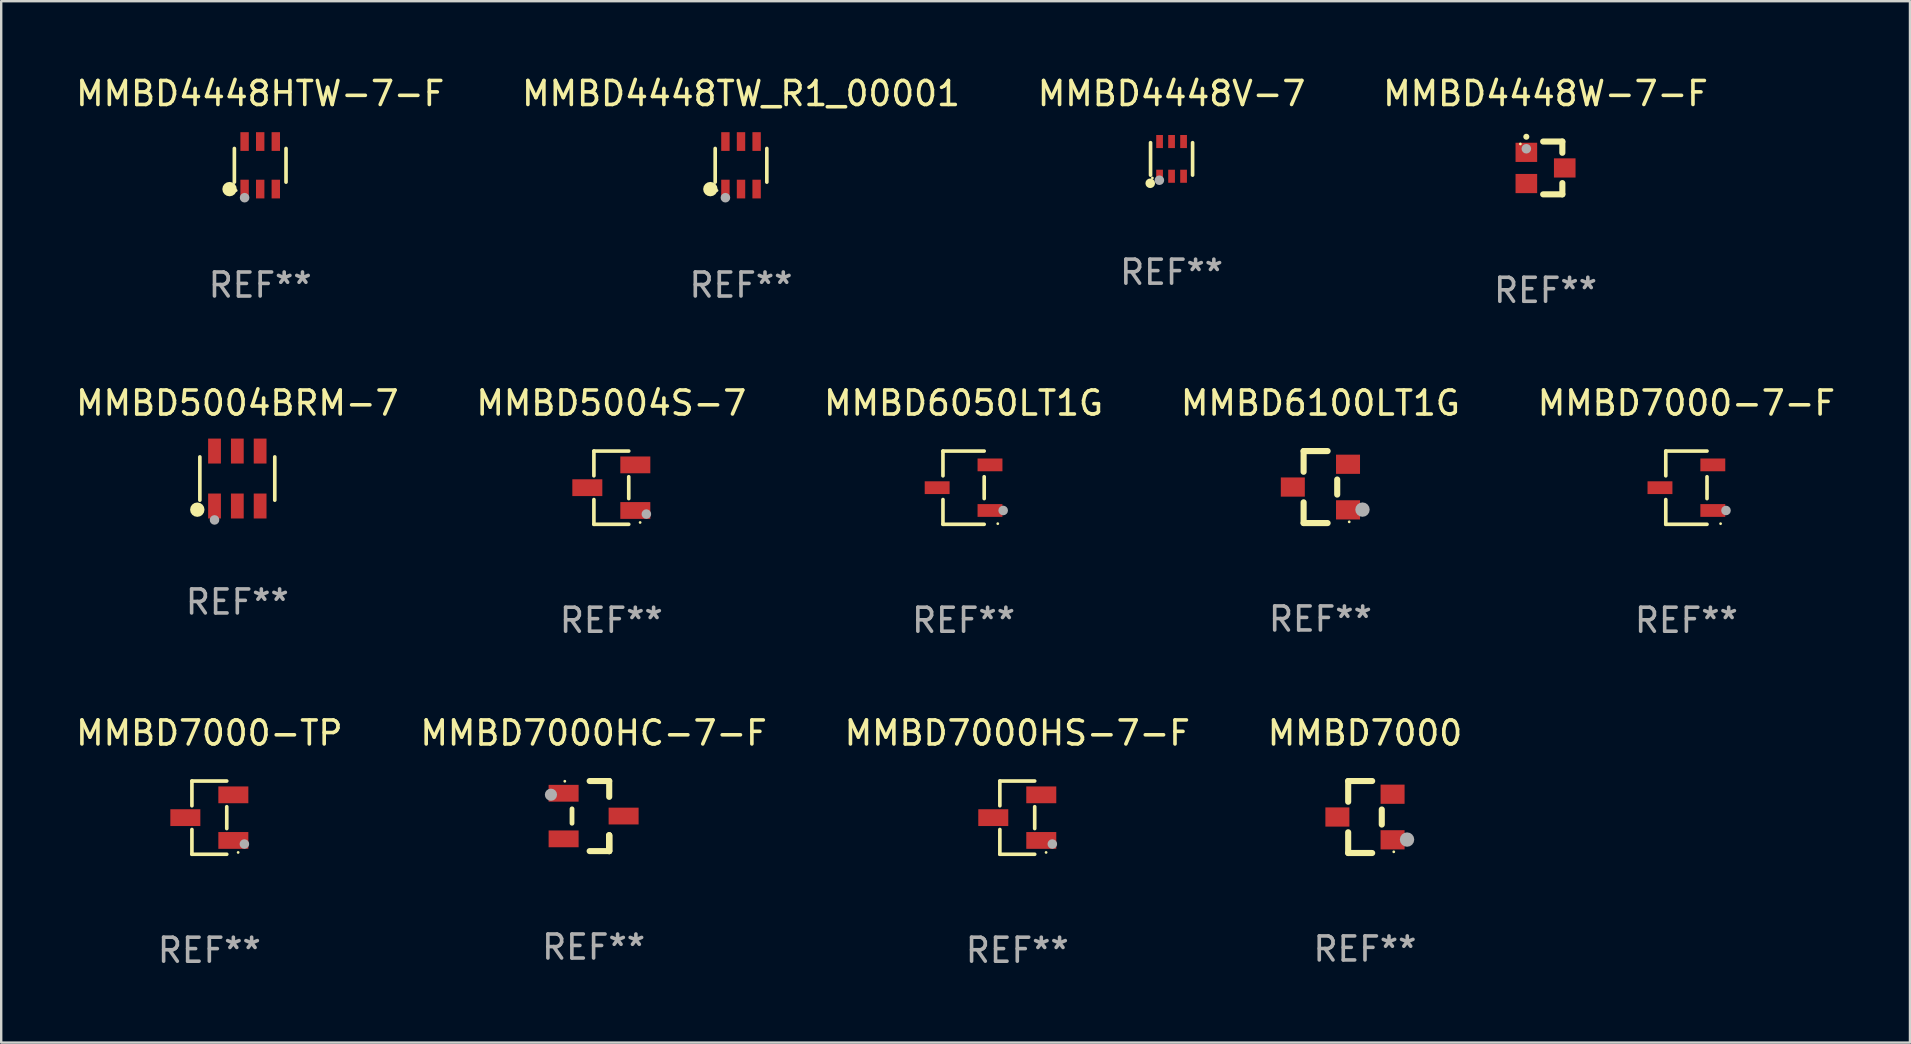
<source format=kicad_pcb>
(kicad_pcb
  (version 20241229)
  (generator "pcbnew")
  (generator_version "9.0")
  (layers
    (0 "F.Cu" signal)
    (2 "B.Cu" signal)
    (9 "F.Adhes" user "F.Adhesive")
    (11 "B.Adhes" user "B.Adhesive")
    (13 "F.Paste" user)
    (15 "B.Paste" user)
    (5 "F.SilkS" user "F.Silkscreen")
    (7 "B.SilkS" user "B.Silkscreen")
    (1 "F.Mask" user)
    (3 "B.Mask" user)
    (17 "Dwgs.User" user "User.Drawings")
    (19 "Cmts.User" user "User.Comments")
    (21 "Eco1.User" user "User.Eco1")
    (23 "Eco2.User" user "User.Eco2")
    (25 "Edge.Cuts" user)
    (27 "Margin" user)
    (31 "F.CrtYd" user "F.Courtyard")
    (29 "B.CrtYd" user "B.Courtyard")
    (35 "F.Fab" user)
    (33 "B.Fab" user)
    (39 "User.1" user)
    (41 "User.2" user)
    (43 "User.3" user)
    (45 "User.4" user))
  (footprint "MMBD4448V-7"
    (layer "F.Cu")
    (at 45.768 3.571)
    (property "Reference" "MMBD4448V-7" (at 0 -2.723 0) (layer "F.SilkS") (effects (font (size 1 1) (thickness 0.15))))
    (attr through_hole)
    (fp_line (start -0.876 0.676) (end -0.876 -0.676) (stroke (width 0.152) (type solid)) (layer "F.SilkS"))
    (fp_line (start 0.876 0.676) (end 0.876 -0.676) (stroke (width 0.152) (type solid)) (layer "F.SilkS"))
    (fp_circle (center -0.889 1.016) (end -0.789 1.016) (stroke (width 0.2) (type solid)) (fill no) (layer "F.SilkS"))
    (fp_circle (center -0.8 0.795) (end -0.77 0.795) (stroke (width 0.06) (type solid)) (fill no) (layer "F.SilkS"))
    (fp_circle (center -0.508 0.889) (end -0.408 0.889) (stroke (width 0.2) (type solid)) (fill no) (layer "F.Fab"))
    (fp_text user "REF**" (at 0 4.723 0) (layer "F.Fab") (effects (font (size 1 1) (thickness 0.15))))
    (pad "1" smd rect (at -0.5 0.723) (size 0.28 0.545) (layers "F.Cu" "F.Mask" "F.Paste"))
    (pad "2" smd rect (at 0 0.723) (size 0.28 0.545) (layers "F.Cu" "F.Mask" "F.Paste"))
    (pad "3" smd rect (at 0.5 0.723) (size 0.28 0.545) (layers "F.Cu" "F.Mask" "F.Paste"))
    (pad "4" smd rect (at 0.5 -0.723) (size 0.28 0.545) (layers "F.Cu" "F.Mask" "F.Paste"))
    (pad "5" smd rect (at 0 -0.723) (size 0.28 0.545) (layers "F.Cu" "F.Mask" "F.Paste"))
    (pad "6" smd rect (at -0.5 -0.723) (size 0.28 0.545) (layers "F.Cu" "F.Mask" "F.Paste")))
  (footprint "MMBD7000-TP"
    (layer "F.Cu")
    (at 5.673 31.02)
    (property "Reference" "MMBD7000-TP" (at 0 -3.526 0) (layer "F.SilkS") (effects (font (size 1 1) (thickness 0.15))))
    (attr through_hole)
    (fp_line (start -0.726 -1.526) (end -0.726 -0.495) (stroke (width 0.152) (type solid)) (layer "F.SilkS"))
    (fp_line (start -0.726 1.526) (end -0.726 0.495) (stroke (width 0.152) (type solid)) (layer "F.SilkS"))
    (fp_line (start 0.726 -1.526) (end -0.726 -1.526) (stroke (width 0.152) (type solid)) (layer "F.SilkS"))
    (fp_line (start 0.726 -0.455) (end 0.726 0.455) (stroke (width 0.152) (type solid)) (layer "F.SilkS"))
    (fp_line (start 0.726 1.526) (end -0.726 1.526) (stroke (width 0.152) (type solid)) (layer "F.SilkS"))
    (fp_circle (center 1.2 1.45) (end 1.23 1.45) (stroke (width 0.06) (type solid)) (fill no) (layer "F.SilkS"))
    (fp_circle (center 1.46 1.1) (end 1.56 1.1) (stroke (width 0.2) (type solid)) (fill no) (layer "F.Fab"))
    (fp_text user "REF**" (at 0 5.526 0) (layer "F.Fab") (effects (font (size 1 1) (thickness 0.15))))
    (pad "1" smd rect (at 1 0.95) (size 1.25 0.7) (layers "F.Cu" "F.Mask" "F.Paste"))
    (pad "2" smd rect (at 1 -0.95) (size 1.25 0.7) (layers "F.Cu" "F.Mask" "F.Paste"))
    (pad "3" smd rect (at -1 0) (size 1.25 0.7) (layers "F.Cu" "F.Mask" "F.Paste")))
  (footprint "MMBD5004S-7"
    (layer "F.Cu")
    (at 22.423 17.271)
    (property "Reference" "MMBD5004S-7" (at 0 -3.526 0) (layer "F.SilkS") (effects (font (size 1 1) (thickness 0.15))))
    (attr through_hole)
    (fp_line (start -0.726 -1.526) (end -0.726 -0.495) (stroke (width 0.152) (type solid)) (layer "F.SilkS"))
    (fp_line (start -0.726 1.526) (end -0.726 0.495) (stroke (width 0.152) (type solid)) (layer "F.SilkS"))
    (fp_line (start 0.726 -1.526) (end -0.726 -1.526) (stroke (width 0.152) (type solid)) (layer "F.SilkS"))
    (fp_line (start 0.726 -0.455) (end 0.726 0.455) (stroke (width 0.152) (type solid)) (layer "F.SilkS"))
    (fp_line (start 0.726 1.526) (end -0.726 1.526) (stroke (width 0.152) (type solid)) (layer "F.SilkS"))
    (fp_circle (center 1.2 1.45) (end 1.23 1.45) (stroke (width 0.06) (type solid)) (fill no) (layer "F.SilkS"))
    (fp_circle (center 1.46 1.1) (end 1.56 1.1) (stroke (width 0.2) (type solid)) (fill no) (layer "F.Fab"))
    (fp_text user "REF**" (at 0 5.526 0) (layer "F.Fab") (effects (font (size 1 1) (thickness 0.15))))
    (pad "1" smd rect (at 1 0.95) (size 1.25 0.7) (layers "F.Cu" "F.Mask" "F.Paste"))
    (pad "2" smd rect (at 1 -0.95) (size 1.25 0.7) (layers "F.Cu" "F.Mask" "F.Paste"))
    (pad "3" smd rect (at -1 0) (size 1.25 0.7) (layers "F.Cu" "F.Mask" "F.Paste")))
  (footprint "MMBD4448TW_R1_00001"
    (layer "F.Cu")
    (at 27.827 3.838)
    (property "Reference" "MMBD4448TW_R1_00001" (at 0 -2.99 0) (layer "F.SilkS") (effects (font (size 1 1) (thickness 0.15))))
    (attr through_hole)
    (fp_line (start -1.076 0.701) (end -1.076 -0.701) (stroke (width 0.152) (type solid)) (layer "F.SilkS"))
    (fp_line (start 1.076 0.701) (end 1.076 -0.701) (stroke (width 0.152) (type solid)) (layer "F.SilkS"))
    (fp_circle (center -1.277 0.992) (end -1.127 0.992) (stroke (width 0.3) (type solid)) (fill no) (layer "F.SilkS"))
    (fp_circle (center -1 1.05) (end -0.97 1.05) (stroke (width 0.06) (type solid)) (fill no) (layer "F.SilkS"))
    (fp_circle (center -0.65 1.35) (end -0.55 1.35) (stroke (width 0.2) (type solid)) (fill no) (layer "F.Fab"))
    (fp_text user "REF**" (at 0 4.99 0) (layer "F.Fab") (effects (font (size 1 1) (thickness 0.15))))
    (pad "1" smd rect (at -0.65 0.99) (size 0.35 0.78) (layers "F.Cu" "F.Mask" "F.Paste"))
    (pad "2" smd rect (at 0 0.99) (size 0.35 0.78) (layers "F.Cu" "F.Mask" "F.Paste"))
    (pad "3" smd rect (at 0.65 0.99) (size 0.35 0.78) (layers "F.Cu" "F.Mask" "F.Paste"))
    (pad "4" smd rect (at 0.65 -0.99) (size 0.35 0.78) (layers "F.Cu" "F.Mask" "F.Paste"))
    (pad "5" smd rect (at 0 -0.99) (size 0.35 0.78) (layers "F.Cu" "F.Mask" "F.Paste"))
    (pad "6" smd rect (at -0.65 -0.99) (size 0.35 0.78) (layers "F.Cu" "F.Mask" "F.Paste")))
  (footprint "MMBD7000HS-7-F"
    (layer "F.Cu")
    (at 39.339 31.02)
    (property "Reference" "MMBD7000HS-7-F" (at 0 -3.526 0) (layer "F.SilkS") (effects (font (size 1 1) (thickness 0.15))))
    (attr through_hole)
    (fp_line (start -0.726 -1.526) (end -0.726 -0.495) (stroke (width 0.152) (type solid)) (layer "F.SilkS"))
    (fp_line (start -0.726 1.526) (end -0.726 0.495) (stroke (width 0.152) (type solid)) (layer "F.SilkS"))
    (fp_line (start 0.726 -1.526) (end -0.726 -1.526) (stroke (width 0.152) (type solid)) (layer "F.SilkS"))
    (fp_line (start 0.726 -0.455) (end 0.726 0.455) (stroke (width 0.152) (type solid)) (layer "F.SilkS"))
    (fp_line (start 0.726 1.526) (end -0.726 1.526) (stroke (width 0.152) (type solid)) (layer "F.SilkS"))
    (fp_circle (center 1.2 1.45) (end 1.23 1.45) (stroke (width 0.06) (type solid)) (fill no) (layer "F.SilkS"))
    (fp_circle (center 1.46 1.1) (end 1.56 1.1) (stroke (width 0.2) (type solid)) (fill no) (layer "F.Fab"))
    (fp_text user "REF**" (at 0 5.526 0) (layer "F.Fab") (effects (font (size 1 1) (thickness 0.15))))
    (pad "1" smd rect (at 1 0.95) (size 1.25 0.7) (layers "F.Cu" "F.Mask" "F.Paste"))
    (pad "2" smd rect (at 1 -0.95) (size 1.25 0.7) (layers "F.Cu" "F.Mask" "F.Paste"))
    (pad "3" smd rect (at -1 0) (size 1.25 0.7) (layers "F.Cu" "F.Mask" "F.Paste")))
  (footprint "MMBD7000-7-F"
    (layer "F.Cu")
    (at 67.22 17.271)
    (property "Reference" "MMBD7000-7-F" (at 0 -3.526 0) (layer "F.SilkS") (effects (font (size 1 1) (thickness 0.15))))
    (attr through_hole)
    (fp_line (start -0.859 -1.526) (end -0.859 -0.495) (stroke (width 0.152) (type solid)) (layer "F.SilkS"))
    (fp_line (start -0.859 1.526) (end -0.859 0.495) (stroke (width 0.152) (type solid)) (layer "F.SilkS"))
    (fp_line (start 0.859 -1.526) (end -0.859 -1.526) (stroke (width 0.152) (type solid)) (layer "F.SilkS"))
    (fp_line (start 0.859 -0.455) (end 0.859 0.455) (stroke (width 0.152) (type solid)) (layer "F.SilkS"))
    (fp_line (start 0.859 1.526) (end -0.859 1.526) (stroke (width 0.152) (type solid)) (layer "F.SilkS"))
    (fp_circle (center 1.425 1.5) (end 1.455 1.5) (stroke (width 0.06) (type solid)) (fill no) (layer "F.SilkS"))
    (fp_circle (center 1.65 0.95) (end 1.75 0.95) (stroke (width 0.2) (type solid)) (fill no) (layer "F.Fab"))
    (fp_text user "REF**" (at 0 5.526 0) (layer "F.Fab") (effects (font (size 1 1) (thickness 0.15))))
    (pad "1" smd rect (at 1.101 0.95) (size 1.037 0.532) (layers "F.Cu" "F.Mask" "F.Paste"))
    (pad "2" smd rect (at 1.101 -0.95) (size 1.037 0.532) (layers "F.Cu" "F.Mask" "F.Paste"))
    (pad "3" smd rect (at -1.101 0) (size 1.037 0.532) (layers "F.Cu" "F.Mask" "F.Paste")))
  (footprint "MMBD7000"
    (layer "F.Cu")
    (at 53.827 30.994)
    (property "Reference" "MMBD7000" (at 0 -3.5 0) (layer "F.SilkS") (effects (font (size 1 1) (thickness 0.15))))
    (attr through_hole)
    (fp_line (start -0.7 -1.5) (end 0.3 -1.5) (stroke (width 0.254) (type solid)) (layer "F.SilkS"))
    (fp_line (start -0.7 -0.636) (end -0.7 -1.5) (stroke (width 0.254) (type solid)) (layer "F.SilkS"))
    (fp_line (start -0.7 1.5) (end -0.7 0.636) (stroke (width 0.254) (type solid)) (layer "F.SilkS"))
    (fp_line (start -0.7 1.5) (end 0.3 1.5) (stroke (width 0.254) (type solid)) (layer "F.SilkS"))
    (fp_line (start 0.7 0.314) (end 0.7 -0.314) (stroke (width 0.254) (type solid)) (layer "F.SilkS"))
    (fp_circle (center 1.2 1.45) (end 1.23 1.45) (stroke (width 0.06) (type solid)) (fill no) (layer "F.SilkS"))
    (fp_circle (center 1.753 0.94) (end 1.903 0.94) (stroke (width 0.3) (type solid)) (fill no) (layer "F.Fab"))
    (fp_text user "REF**" (at 0 5.5 0) (layer "F.Fab") (effects (font (size 1 1) (thickness 0.15))))
    (pad "1" smd rect (at 1.15 0.95 180) (size 1 0.8) (layers "F.Cu" "F.Mask" "F.Paste"))
    (pad "2" smd rect (at 1.15 -0.95 180) (size 1 0.8) (layers "F.Cu" "F.Mask" "F.Paste"))
    (pad "3" smd rect (at -1.15 -0.000051 180) (size 1 0.8) (layers "F.Cu" "F.Mask" "F.Paste")))
  (footprint "MMBD7000HC-7-F"
    (layer "F.Cu")
    (at 21.685 30.954)
    (property "Reference" "MMBD7000HC-7-F" (at 0 -3.46 0) (layer "F.SilkS") (effects (font (size 1 1) (thickness 0.15))))
    (attr through_hole)
    (fp_line (start -0.9 -0.3) (end -0.9 0.3) (stroke (width 0.2) (type solid)) (layer "F.SilkS"))
    (fp_line (start -0.165 -1.46) (end 0.65 -1.46) (stroke (width 0.254) (type solid)) (layer "F.SilkS"))
    (fp_line (start 0.65 -1.46) (end 0.65 -0.8) (stroke (width 0.254) (type solid)) (layer "F.SilkS"))
    (fp_line (start 0.65 0.8) (end 0.65 1.46) (stroke (width 0.254) (type solid)) (layer "F.SilkS"))
    (fp_line (start 0.65 0.8) (end 0.65 1.46) (stroke (width 0.254) (type solid)) (layer "F.SilkS"))
    (fp_line (start 0.65 1.46) (end -0.165 1.46) (stroke (width 0.254) (type solid)) (layer "F.SilkS"))
    (fp_line (start 0.65 1.46) (end 0.65 0.8) (stroke (width 0.254) (type solid)) (layer "F.SilkS"))
    (fp_circle (center -1.2 -1.45) (end -1.17 -1.45) (stroke (width 0.06) (type solid)) (fill no) (layer "F.SilkS"))
    (fp_circle (center -1.778 -0.889) (end -1.651 -0.889) (stroke (width 0.254) (type solid)) (fill no) (layer "F.Fab"))
    (fp_text user "REF**" (at 0 5.46 0) (layer "F.Fab") (effects (font (size 1 1) (thickness 0.15))))
    (pad "1" smd rect (at -1.25 -0.95 90) (size 0.7 1.25) (layers "F.Cu" "F.Mask" "F.Paste"))
    (pad "2" smd rect (at -1.25 0.95 90) (size 0.7 1.25) (layers "F.Cu" "F.Mask" "F.Paste"))
    (pad "3" smd rect (at 1.25 -0.000051 90) (size 0.7 1.25) (layers "F.Cu" "F.Mask" "F.Paste")))
  (footprint "MMBD4448W-7-F"
    (layer "F.Cu")
    (at 61.351 3.948)
    (property "Reference" "MMBD4448W-7-F" (at 0 -3.1 0) (layer "F.SilkS") (effects (font (size 1 1) (thickness 0.15))))
    (attr through_hole)
    (fp_line (start 0.7 -1.1) (end -0.1 -1.1) (stroke (width 0.254) (type solid)) (layer "F.SilkS"))
    (fp_line (start 0.7 -1.1) (end 0.7 -0.631) (stroke (width 0.254) (type solid)) (layer "F.SilkS"))
    (fp_line (start 0.7 0.631) (end 0.7 1.1) (stroke (width 0.254) (type solid)) (layer "F.SilkS"))
    (fp_line (start 0.7 1.1) (end -0.1 1.1) (stroke (width 0.254) (type solid)) (layer "F.SilkS"))
    (fp_arc (start -0.80254 -1.3) (mid -0.80127 -1.300007) (end -0.8 -1.3) (stroke (width 0.24892) (type solid)) (layer "F.SilkS"))
    (fp_circle (center -1.05 -1) (end -1.02 -1) (stroke (width 0.06) (type solid)) (fill no) (layer "F.SilkS"))
    (fp_circle (center -0.8 -0.8) (end -0.7 -0.8) (stroke (width 0.2) (type solid)) (fill no) (layer "F.Fab"))
    (fp_text user "REF**" (at 0 5.1 0) (layer "F.Fab") (effects (font (size 1 1) (thickness 0.15))))
    (pad "1" smd rect (at -0.8 -0.65 270) (size 0.8 0.9) (layers "F.Cu" "F.Mask" "F.Paste"))
    (pad "2" smd rect (at -0.8 0.65 270) (size 0.8 0.9) (layers "F.Cu" "F.Mask" "F.Paste"))
    (pad "3" smd rect (at 0.8 -0.000102 270) (size 0.8 0.9) (layers "F.Cu" "F.Mask" "F.Paste")))
  (footprint "MMBD5004BRM-7"
    (layer "F.Cu")
    (at 6.839 16.89)
    (property "Reference" "MMBD5004BRM-7" (at 0 -3.145 0) (layer "F.SilkS") (effects (font (size 1 1) (thickness 0.15))))
    (attr through_hole)
    (fp_line (start -1.561 0.901) (end -1.561 -0.901) (stroke (width 0.152) (type solid)) (layer "F.SilkS"))
    (fp_line (start 1.561 0.901) (end 1.561 -0.901) (stroke (width 0.152) (type solid)) (layer "F.SilkS"))
    (fp_circle (center -1.668 1.297) (end -1.518 1.297) (stroke (width 0.3) (type solid)) (fill no) (layer "F.SilkS"))
    (fp_circle (center -1.485 1.425) (end -1.455 1.425) (stroke (width 0.06) (type solid)) (fill no) (layer "F.SilkS"))
    (fp_circle (center -0.95 1.725) (end -0.85 1.725) (stroke (width 0.2) (type solid)) (fill no) (layer "F.Fab"))
    (fp_text user "REF**" (at 0 5.145 0) (layer "F.Fab") (effects (font (size 1 1) (thickness 0.15))))
    (pad "1" smd rect (at -0.95 1.145) (size 0.532 1.04) (layers "F.Cu" "F.Mask" "F.Paste"))
    (pad "2" smd rect (at 0 1.145) (size 0.532 1.04) (layers "F.Cu" "F.Mask" "F.Paste"))
    (pad "3" smd rect (at 0.95 1.145) (size 0.532 1.04) (layers "F.Cu" "F.Mask" "F.Paste"))
    (pad "4" smd rect (at 0.95 -1.145) (size 0.532 1.04) (layers "F.Cu" "F.Mask" "F.Paste"))
    (pad "5" smd rect (at 0 -1.145) (size 0.532 1.04) (layers "F.Cu" "F.Mask" "F.Paste"))
    (pad "6" smd rect (at -0.95 -1.145) (size 0.532 1.04) (layers "F.Cu" "F.Mask" "F.Paste")))
  (footprint "MMBD6100LT1G"
    (layer "F.Cu")
    (at 51.97 17.245)
    (property "Reference" "MMBD6100LT1G" (at 0 -3.5 0) (layer "F.SilkS") (effects (font (size 1 1) (thickness 0.15))))
    (attr through_hole)
    (fp_line (start -0.7 -1.5) (end 0.3 -1.5) (stroke (width 0.254) (type solid)) (layer "F.SilkS"))
    (fp_line (start -0.7 -0.636) (end -0.7 -1.5) (stroke (width 0.254) (type solid)) (layer "F.SilkS"))
    (fp_line (start -0.7 1.5) (end -0.7 0.636) (stroke (width 0.254) (type solid)) (layer "F.SilkS"))
    (fp_line (start -0.7 1.5) (end 0.3 1.5) (stroke (width 0.254) (type solid)) (layer "F.SilkS"))
    (fp_line (start 0.7 0.314) (end 0.7 -0.314) (stroke (width 0.254) (type solid)) (layer "F.SilkS"))
    (fp_circle (center 1.2 1.45) (end 1.23 1.45) (stroke (width 0.06) (type solid)) (fill no) (layer "F.SilkS"))
    (fp_circle (center 1.753 0.94) (end 1.903 0.94) (stroke (width 0.3) (type solid)) (fill no) (layer "F.Fab"))
    (fp_text user "REF**" (at 0 5.5 0) (layer "F.Fab") (effects (font (size 1 1) (thickness 0.15))))
    (pad "1" smd rect (at 1.15 0.95 180) (size 1 0.8) (layers "F.Cu" "F.Mask" "F.Paste"))
    (pad "2" smd rect (at 1.15 -0.95 180) (size 1 0.8) (layers "F.Cu" "F.Mask" "F.Paste"))
    (pad "3" smd rect (at -1.15 -0.000051 180) (size 1 0.8) (layers "F.Cu" "F.Mask" "F.Paste")))
  (footprint "MMBD4448HTW-7-F"
    (layer "F.Cu")
    (at 7.792 3.838)
    (property "Reference" "MMBD4448HTW-7-F" (at 0 -2.99 0) (layer "F.SilkS") (effects (font (size 1 1) (thickness 0.15))))
    (attr through_hole)
    (fp_line (start -1.076 0.701) (end -1.076 -0.701) (stroke (width 0.152) (type solid)) (layer "F.SilkS"))
    (fp_line (start 1.076 0.701) (end 1.076 -0.701) (stroke (width 0.152) (type solid)) (layer "F.SilkS"))
    (fp_circle (center -1.277 0.992) (end -1.127 0.992) (stroke (width 0.3) (type solid)) (fill no) (layer "F.SilkS"))
    (fp_circle (center -1 1.05) (end -0.97 1.05) (stroke (width 0.06) (type solid)) (fill no) (layer "F.SilkS"))
    (fp_circle (center -0.65 1.35) (end -0.55 1.35) (stroke (width 0.2) (type solid)) (fill no) (layer "F.Fab"))
    (fp_text user "REF**" (at 0 4.99 0) (layer "F.Fab") (effects (font (size 1 1) (thickness 0.15))))
    (pad "1" smd rect (at -0.65 0.99) (size 0.35 0.78) (layers "F.Cu" "F.Mask" "F.Paste"))
    (pad "2" smd rect (at 0 0.99) (size 0.35 0.78) (layers "F.Cu" "F.Mask" "F.Paste"))
    (pad "3" smd rect (at 0.65 0.99) (size 0.35 0.78) (layers "F.Cu" "F.Mask" "F.Paste"))
    (pad "4" smd rect (at 0.65 -0.99) (size 0.35 0.78) (layers "F.Cu" "F.Mask" "F.Paste"))
    (pad "5" smd rect (at 0 -0.99) (size 0.35 0.78) (layers "F.Cu" "F.Mask" "F.Paste"))
    (pad "6" smd rect (at -0.65 -0.99) (size 0.35 0.78) (layers "F.Cu" "F.Mask" "F.Paste")))
  (footprint "MMBD6050LT1G"
    (layer "F.Cu")
    (at 37.101 17.271)
    (property "Reference" "MMBD6050LT1G" (at 0 -3.526 0) (layer "F.SilkS") (effects (font (size 1 1) (thickness 0.15))))
    (attr through_hole)
    (fp_line (start -0.859 -1.526) (end -0.859 -0.495) (stroke (width 0.152) (type solid)) (layer "F.SilkS"))
    (fp_line (start -0.859 1.526) (end -0.859 0.495) (stroke (width 0.152) (type solid)) (layer "F.SilkS"))
    (fp_line (start 0.859 -1.526) (end -0.859 -1.526) (stroke (width 0.152) (type solid)) (layer "F.SilkS"))
    (fp_line (start 0.859 -0.455) (end 0.859 0.455) (stroke (width 0.152) (type solid)) (layer "F.SilkS"))
    (fp_line (start 0.859 1.526) (end -0.859 1.526) (stroke (width 0.152) (type solid)) (layer "F.SilkS"))
    (fp_circle (center 1.425 1.5) (end 1.455 1.5) (stroke (width 0.06) (type solid)) (fill no) (layer "F.SilkS"))
    (fp_circle (center 1.65 0.95) (end 1.75 0.95) (stroke (width 0.2) (type solid)) (fill no) (layer "F.Fab"))
    (fp_text user "REF**" (at 0 5.526 0) (layer "F.Fab") (effects (font (size 1 1) (thickness 0.15))))
    (pad "1" smd rect (at 1.101 0.95) (size 1.037 0.532) (layers "F.Cu" "F.Mask" "F.Paste"))
    (pad "2" smd rect (at 1.101 -0.95) (size 1.037 0.532) (layers "F.Cu" "F.Mask" "F.Paste"))
    (pad "3" smd rect (at -1.101 0) (size 1.037 0.532) (layers "F.Cu" "F.Mask" "F.Paste")))
  (gr_rect
    (start -3 -3)
    (end 76.536 40.394)
    (stroke (width 0.1) (type default))
    (fill no)
    (layer "Edge.Cuts")))
</source>
